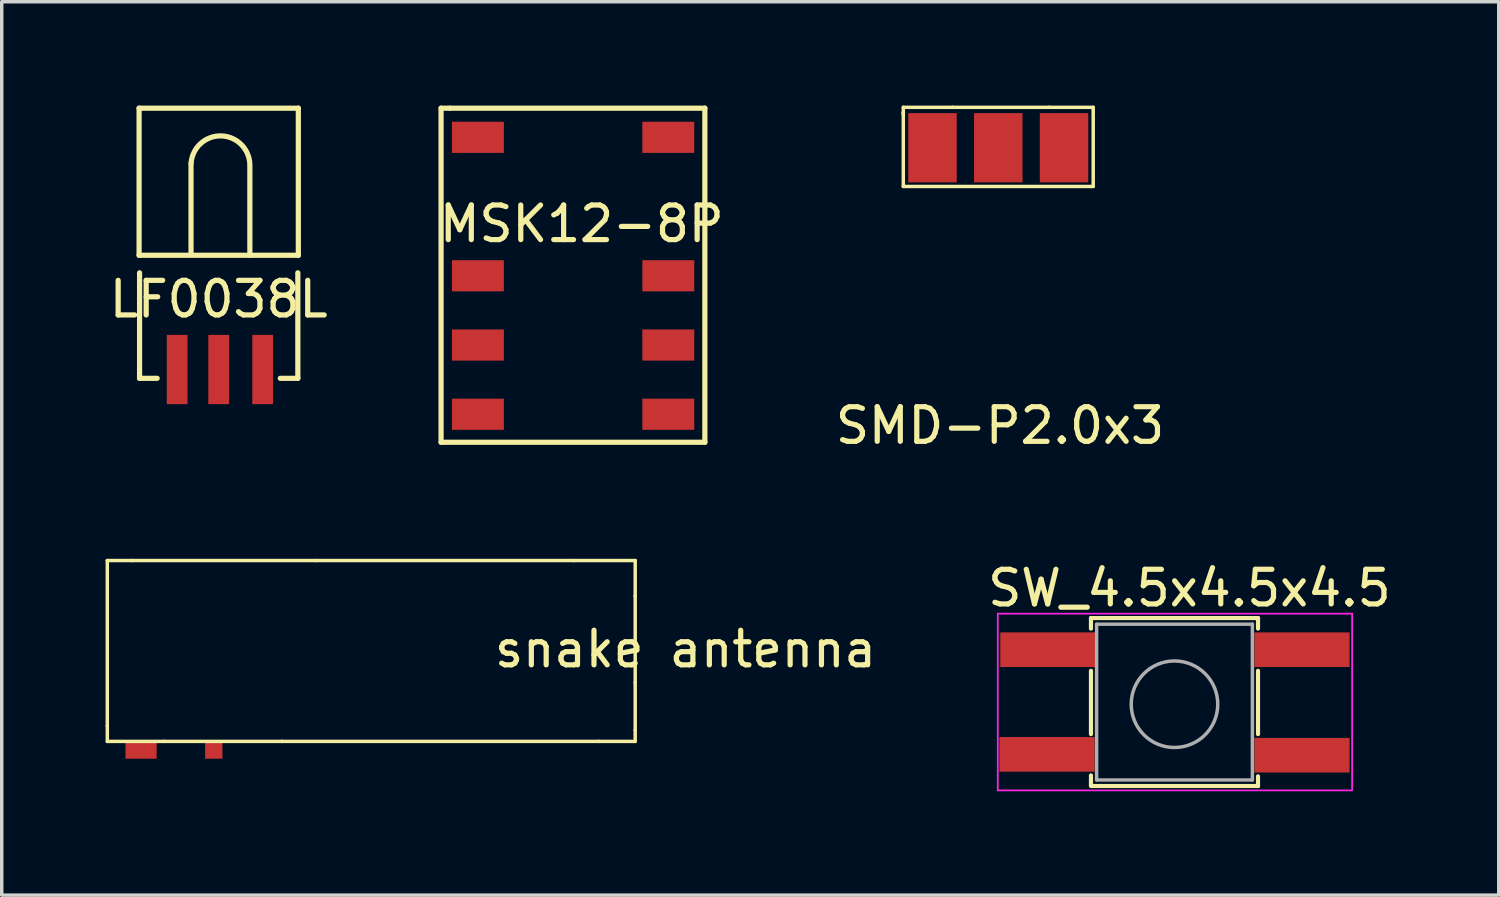
<source format=kicad_pcb>
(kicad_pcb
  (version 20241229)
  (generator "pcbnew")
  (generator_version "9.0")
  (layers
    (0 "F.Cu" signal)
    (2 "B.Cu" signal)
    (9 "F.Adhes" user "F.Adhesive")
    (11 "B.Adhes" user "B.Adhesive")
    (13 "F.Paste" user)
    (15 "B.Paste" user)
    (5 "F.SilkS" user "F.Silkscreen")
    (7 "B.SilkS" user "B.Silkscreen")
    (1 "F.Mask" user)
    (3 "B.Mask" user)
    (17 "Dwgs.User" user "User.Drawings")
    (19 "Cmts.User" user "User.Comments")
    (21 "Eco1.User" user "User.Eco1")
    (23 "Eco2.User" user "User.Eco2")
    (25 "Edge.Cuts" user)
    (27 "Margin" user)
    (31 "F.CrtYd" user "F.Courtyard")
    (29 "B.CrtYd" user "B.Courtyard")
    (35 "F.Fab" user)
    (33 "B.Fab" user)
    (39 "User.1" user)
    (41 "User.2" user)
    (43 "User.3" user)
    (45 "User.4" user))
  (footprint "SMD-P2.0x3"
    (layer "F.Cu")
    (at 25.788 1.218)
    (property "Reference" "SMD-P2.0x3" (at 0.051 8.026 0) (layer "F.SilkS") (effects (font (size 1 1) (thickness 0.15))))
    (attr through_hole)
    (fp_line (start -2.743 -1.168) (end -2.743 -1.016) (stroke (width 0.1) (type solid)) (layer "F.SilkS"))
    (fp_line (start -2.743 -1.016) (end -2.743 -0.965) (stroke (width 0.1) (type solid)) (layer "F.SilkS"))
    (fp_line (start -2.743 -1.016) (end -2.743 1.118) (stroke (width 0.1) (type solid)) (layer "F.SilkS"))
    (fp_line (start -2.743 1.118) (end 2.743 1.118) (stroke (width 0.1) (type solid)) (layer "F.SilkS"))
    (fp_line (start -1.321 -1.168) (end -2.743 -1.168) (stroke (width 0.1) (type solid)) (layer "F.SilkS"))
    (fp_line (start 1.473 -1.168) (end -1.321 -1.168) (stroke (width 0.1) (type solid)) (layer "F.SilkS"))
    (fp_line (start 2.743 -1.168) (end 1.473 -1.168) (stroke (width 0.1) (type solid)) (layer "F.SilkS"))
    (fp_line (start 2.743 -1.118) (end 2.743 -1.168) (stroke (width 0.1) (type solid)) (layer "F.SilkS"))
    (fp_line (start 2.743 1.118) (end 2.743 -1.118) (stroke (width 0.1) (type solid)) (layer "F.SilkS"))
    (pad "1" smd rect (at -1.9 0 90) (size 2 1.4) (layers "F.Cu" "F.Mask" "F.Paste"))
    (pad "2" smd rect (at 0 0 90) (size 2 1.4) (layers "F.Cu" "F.Mask" "F.Paste"))
    (pad "3" smd rect (at 1.9 0 90) (size 2 1.4) (layers "F.Cu" "F.Mask" "F.Paste")))
  (footprint "snake antenna"
    (layer "F.Cu")
    (at 7.1 18.368)
    (property "Reference" "snake antenna" (at 9.652 -2.667 0) (layer "F.SilkS") (effects (font (size 1 1) (thickness 0.15))))
    (attr through_hole)
    (fp_line (start -7.05 -5.225) (end -7.05 -0.45) (stroke (width 0.1) (type solid)) (layer "F.SilkS"))
    (fp_line (start -7.05 -5.225) (end -6.325 -5.225) (stroke (width 0.1) (type solid)) (layer "F.SilkS"))
    (fp_line (start -7.05 -0.45) (end -7.05 0) (stroke (width 0.1) (type solid)) (layer "F.SilkS"))
    (fp_line (start -7.05 0) (end -5.425 0) (stroke (width 0.1) (type solid)) (layer "F.SilkS"))
    (fp_line (start -6.325 -5.225) (end -1 -5.225) (stroke (width 0.1) (type solid)) (layer "F.SilkS"))
    (fp_line (start -5.425 0) (end -2 0) (stroke (width 0.1) (type solid)) (layer "F.SilkS"))
    (fp_line (start -2 0) (end 7.15 0) (stroke (width 0.1) (type solid)) (layer "F.SilkS"))
    (fp_line (start -1 -5.225) (end 6.425 -5.225) (stroke (width 0.1) (type solid)) (layer "F.SilkS"))
    (fp_line (start 6.425 -5.225) (end 8.2 -5.225) (stroke (width 0.1) (type solid)) (layer "F.SilkS"))
    (fp_line (start 7.15 0) (end 8.2 0) (stroke (width 0.1) (type solid)) (layer "F.SilkS"))
    (fp_line (start 8.2 -5.225) (end 8.2 -4.2) (stroke (width 0.1) (type solid)) (layer "F.SilkS"))
    (fp_line (start 8.2 -4.2) (end 8.2 -1.7) (stroke (width 0.1) (type solid)) (layer "F.SilkS"))
    (fp_line (start 8.2 -1.7) (end 8.2 -0.325) (stroke (width 0.1) (type solid)) (layer "F.SilkS"))
    (fp_line (start 8.2 -0.325) (end 8.2 0) (stroke (width 0.1) (type solid)) (layer "F.SilkS"))
    (fp_poly (pts (xy -5.625 0) (xy -6.525 0) (xy -6.525 -4.9) (xy -1.525 -4.9) (xy -1.525 -2.25) (xy 0.475 -2.25) (xy 0.475 -4.9) (xy 3.175 -4.9) (xy 3.175 -2.25) (xy 5.175 -2.25) (xy 5.175 -4.9) (xy 7.875 -4.9) (xy 7.875 -0.475) (xy 7.375 -0.475) (xy 7.375 -4.4) (xy 5.675 -4.4) (xy 5.675 -1.75) (xy 3.65 -1.75) (xy 2.825 -1.75) (xy 2.675 -1.75) (xy 2.675 -2.575) (xy 2.675 -3.95) (xy 2.675 -4.4) (xy 0.975 -4.4) (xy 0.975 -1.75) (xy 0.3 -1.75) (xy -2.025 -1.75) (xy -2.025 -4.4) (xy -3.725 -4.4) (xy -3.725 0) (xy -4.225 0) (xy -4.225 -4.4) (xy -5.625 -4.4)) (stroke (width 0.15) (type solid)) (fill yes) (layer "F.Paste"))
    (pad "1" smd rect (at -3.975 0.25) (size 0.5 0.5) (layers "F.Cu" "F.Mask" "F.Paste"))
    (pad "2" smd rect (at -6.075 0.25) (size 0.9 0.5) (layers "F.Cu" "F.Mask" "F.Paste")))
  (footprint "LF0038L"
    (layer "F.Cu")
    (at 3.268 7.625)
    (property "Reference" "LF0038L" (at 0 -2.032 0) (layer "F.SilkS") (effects (font (size 1 1) (thickness 0.15))))
    (attr through_hole)
    (fp_line (start -2.3 -7.55) (end 2.3 -7.55) (stroke (width 0.15) (type solid)) (layer "F.SilkS"))
    (fp_line (start -2.3 -3.3) (end -2.3 -7.55) (stroke (width 0.15) (type solid)) (layer "F.SilkS"))
    (fp_line (start -2.3 -3.3) (end 2.3 -3.3) (stroke (width 0.15) (type solid)) (layer "F.SilkS"))
    (fp_line (start -2.286 -2.794) (end -2.286 0.254) (stroke (width 0.15) (type solid)) (layer "F.SilkS"))
    (fp_line (start -2.286 0.254) (end -1.778 0.254) (stroke (width 0.15) (type solid)) (layer "F.SilkS"))
    (fp_line (start -0.8 -5.95) (end -0.8 -3.35) (stroke (width 0.15) (type solid)) (layer "F.SilkS"))
    (fp_line (start 0.9 -5.85) (end 0.9 -3.3) (stroke (width 0.15) (type solid)) (layer "F.SilkS"))
    (fp_line (start 2.286 -2.794) (end 2.286 0.254) (stroke (width 0.15) (type solid)) (layer "F.SilkS"))
    (fp_line (start 2.286 0.254) (end 1.778 0.254) (stroke (width 0.15) (type solid)) (layer "F.SilkS"))
    (fp_line (start 2.3 -7.55) (end 2.3 -3.3) (stroke (width 0.15) (type solid)) (layer "F.SilkS"))
    (fp_arc (start -0.79784 -5.96056) (mid 0.080299 -6.74946) (end 0.9 -5.9) (stroke (width 0.15) (type solid)) (layer "F.SilkS"))
    (pad "1" smd rect (at -1.2 0 90) (size 2 0.6) (layers "F.Cu" "F.Mask" "F.Paste"))
    (pad "2" smd rect (at 0 0 90) (size 2 0.6) (layers "F.Cu" "F.Mask" "F.Paste"))
    (pad "3" smd rect (at 1.27 0 90) (size 2 0.6) (layers "F.Cu" "F.Mask" "F.Paste")))
  (footprint "SW_4.5x4.5x4.5"
    (layer "F.Cu")
    (at 30.854 17.243)
    (property "Reference" "SW_4.5x4.5x4.5" (at 0.457 -3.302 0) (layer "F.SilkS") (effects (font (size 1 1) (thickness 0.15))))
    (attr through_hole)
    (fp_line (start -2.388 -2.438) (end -2.388 -2.134) (stroke (width 0.12) (type solid)) (layer "F.SilkS"))
    (fp_line (start -2.388 -0.914) (end -2.388 0.914) (stroke (width 0.12) (type solid)) (layer "F.SilkS"))
    (fp_line (start -2.388 2.413) (end -2.388 2.108) (stroke (width 0.12) (type solid)) (layer "F.SilkS"))
    (fp_line (start 2.438 -2.438) (end -2.388 -2.438) (stroke (width 0.12) (type solid)) (layer "F.SilkS"))
    (fp_line (start 2.438 -2.134) (end 2.438 -2.438) (stroke (width 0.12) (type solid)) (layer "F.SilkS"))
    (fp_line (start 2.438 -0.914) (end 2.438 0.914) (stroke (width 0.12) (type solid)) (layer "F.SilkS"))
    (fp_line (start 2.438 2.134) (end 2.438 2.413) (stroke (width 0.12) (type solid)) (layer "F.SilkS"))
    (fp_line (start 2.438 2.413) (end -2.362 2.413) (stroke (width 0.12) (type solid)) (layer "F.SilkS"))
    (fp_line (start -5.08 -2.565) (end -5.08 2.54) (stroke (width 0.05) (type solid)) (layer "F.CrtYd"))
    (fp_line (start -5.08 2.54) (end 5.156 2.54) (stroke (width 0.05) (type solid)) (layer "F.CrtYd"))
    (fp_line (start 5.156 -2.565) (end -5.08 -2.565) (stroke (width 0.05) (type solid)) (layer "F.CrtYd"))
    (fp_line (start 5.156 2.515) (end 5.156 -2.565) (stroke (width 0.05) (type solid)) (layer "F.CrtYd"))
    (fp_line (start -2.225 -2.261) (end -2.225 2.239) (stroke (width 0.1) (type solid)) (layer "F.Fab"))
    (fp_line (start -2.225 -2.261) (end 2.275 -2.261) (stroke (width 0.1) (type solid)) (layer "F.Fab"))
    (fp_line (start -2.225 2.239) (end 2.275 2.239) (stroke (width 0.1) (type solid)) (layer "F.Fab"))
    (fp_line (start 2.275 -2.261) (end 2.275 2.239) (stroke (width 0.1) (type solid)) (layer "F.Fab"))
    (fp_circle (center 0.025 0.051) (end 1.275 0.051) (stroke (width 0.1) (type solid)) (fill no) (layer "F.Fab"))
    (pad "1" smd rect (at -3.632 -1.524) (size 2.75 1) (layers "F.Cu" "F.Mask" "F.Paste"))
    (pad "1" smd rect (at 3.708 -1.524) (size 2.75 1) (layers "F.Cu" "F.Mask" "F.Paste"))
    (pad "2" smd rect (at -3.658 1.499) (size 2.75 1) (layers "F.Cu" "F.Mask" "F.Paste"))
    (pad "2" smd rect (at 3.708 1.524) (size 2.75 1) (layers "F.Cu" "F.Mask" "F.Paste")))
  (footprint "MSK12-8P"
    (layer "F.Cu")
    (at 13.756 5.917)
    (property "Reference" "MSK12-8P" (at 0 -2.5 0) (layer "F.SilkS") (effects (font (size 1 1) (thickness 0.15))))
    (attr through_hole)
    (fp_line (start -4.064 -5.842) (end -3.81 -5.842) (stroke (width 0.15) (type solid)) (layer "F.SilkS"))
    (fp_line (start -4.064 3.81) (end -4.064 -5.842) (stroke (width 0.15) (type solid)) (layer "F.SilkS"))
    (fp_line (start -3.81 -5.842) (end 3.556 -5.842) (stroke (width 0.15) (type solid)) (layer "F.SilkS"))
    (fp_line (start 3.556 -5.842) (end 3.556 3.81) (stroke (width 0.15) (type solid)) (layer "F.SilkS"))
    (fp_line (start 3.556 3.81) (end -4.064 3.81) (stroke (width 0.15) (type solid)) (layer "F.SilkS"))
    (pad "1" smd rect (at -3 -5 270) (size 0.9 1.5) (layers "F.Cu" "F.Mask" "F.Paste"))
    (pad "2" smd rect (at -3 -1 270) (size 0.9 1.5) (layers "F.Cu" "F.Mask" "F.Paste"))
    (pad "3" smd rect (at -3 1 270) (size 0.9 1.5) (layers "F.Cu" "F.Mask" "F.Paste"))
    (pad "4" smd rect (at -3 3 270) (size 0.9 1.5) (layers "F.Cu" "F.Mask" "F.Paste"))
    (pad "5" smd rect (at 2.5 -5 270) (size 0.9 1.5) (layers "F.Cu" "F.Mask" "F.Paste"))
    (pad "6" smd rect (at 2.5 -1 270) (size 0.9 1.5) (layers "F.Cu" "F.Mask" "F.Paste"))
    (pad "7" smd rect (at 2.5 1 270) (size 0.9 1.5) (layers "F.Cu" "F.Mask" "F.Paste"))
    (pad "8" smd rect (at 2.5 3 270) (size 0.9 1.5) (layers "F.Cu" "F.Mask" "F.Paste")))
  (gr_rect
    (start -3 -3)
    (end 40.246 22.808)
    (stroke (width 0.1) (type default))
    (fill no)
    (layer "Edge.Cuts")))
</source>
